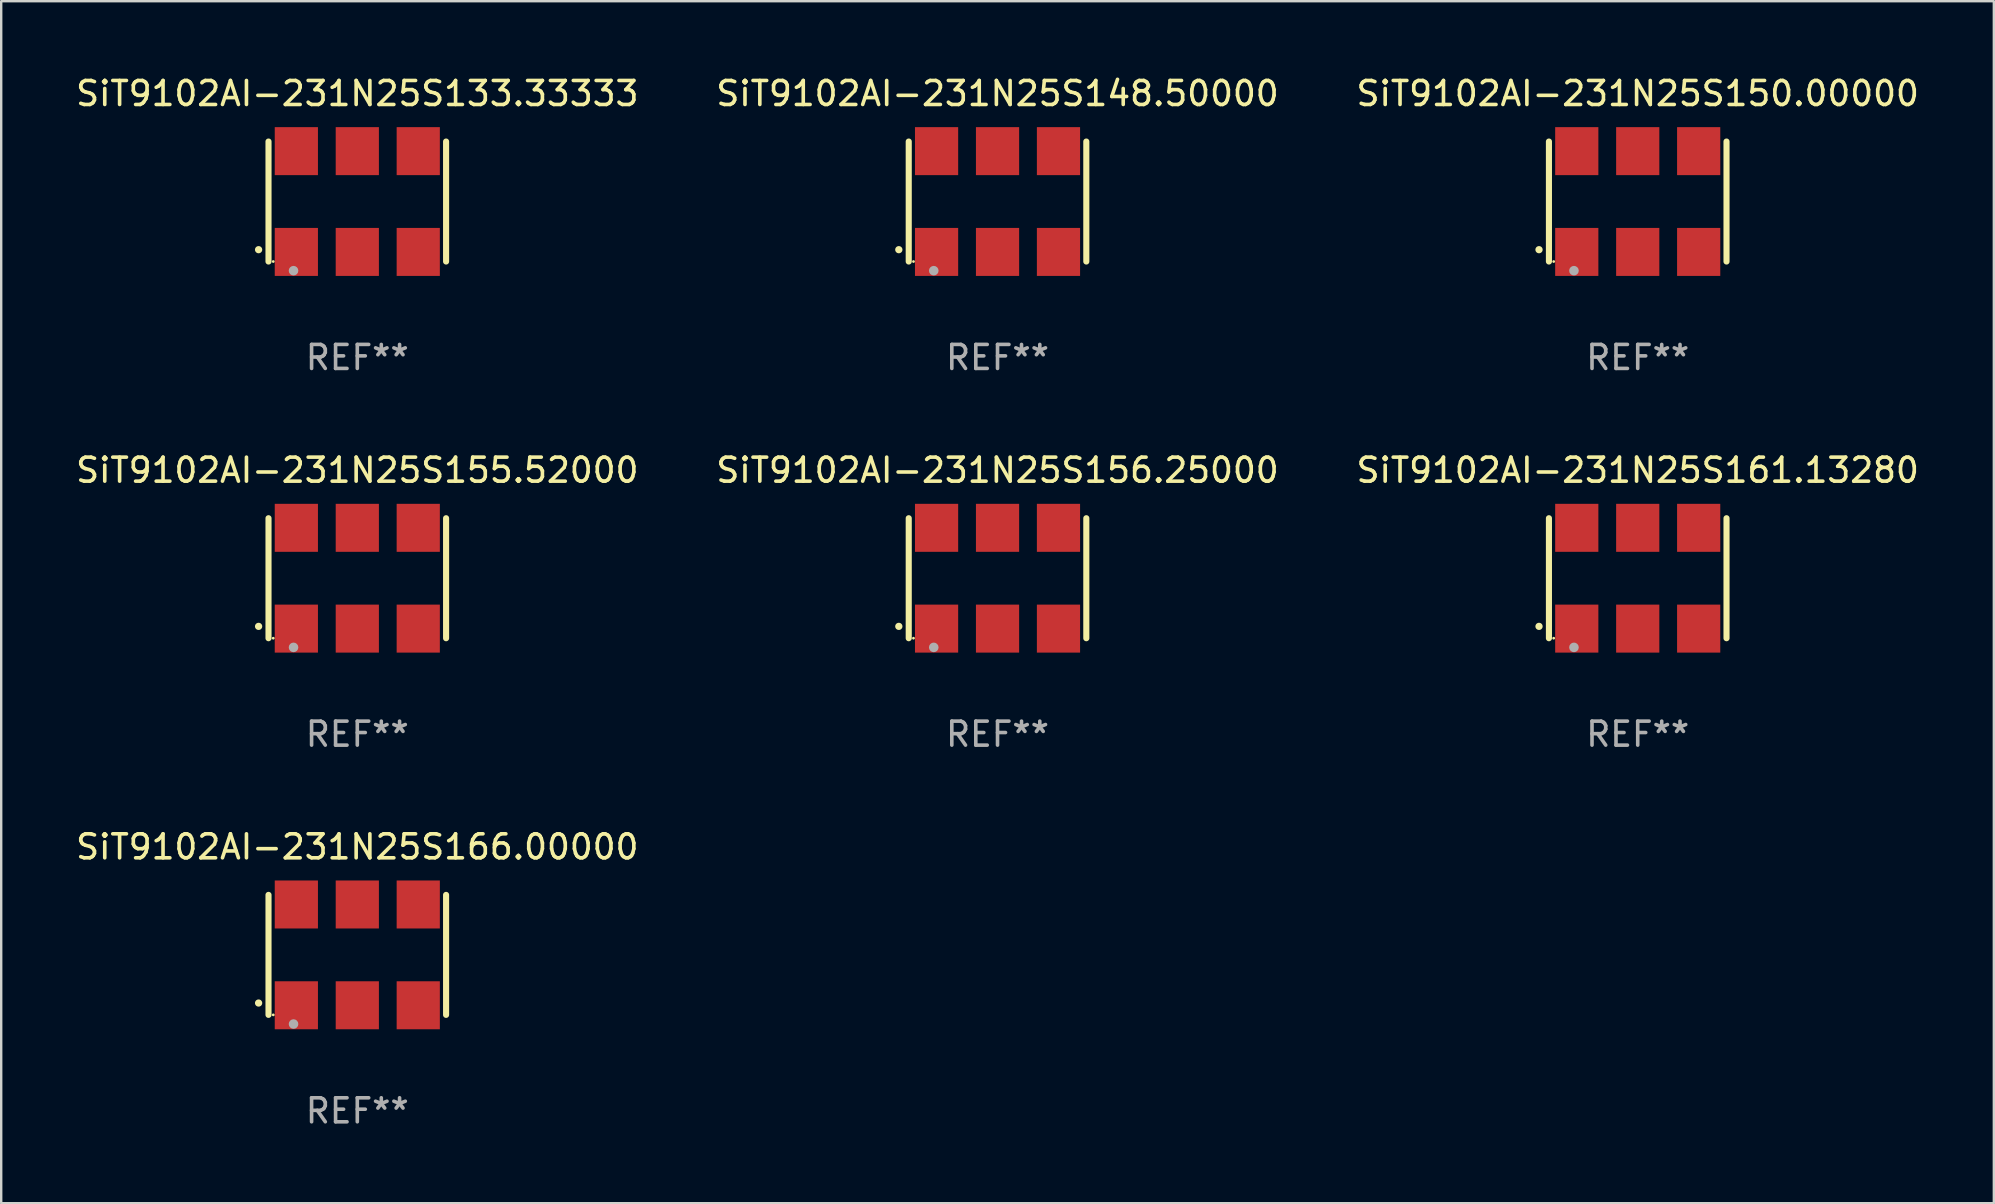
<source format=kicad_pcb>
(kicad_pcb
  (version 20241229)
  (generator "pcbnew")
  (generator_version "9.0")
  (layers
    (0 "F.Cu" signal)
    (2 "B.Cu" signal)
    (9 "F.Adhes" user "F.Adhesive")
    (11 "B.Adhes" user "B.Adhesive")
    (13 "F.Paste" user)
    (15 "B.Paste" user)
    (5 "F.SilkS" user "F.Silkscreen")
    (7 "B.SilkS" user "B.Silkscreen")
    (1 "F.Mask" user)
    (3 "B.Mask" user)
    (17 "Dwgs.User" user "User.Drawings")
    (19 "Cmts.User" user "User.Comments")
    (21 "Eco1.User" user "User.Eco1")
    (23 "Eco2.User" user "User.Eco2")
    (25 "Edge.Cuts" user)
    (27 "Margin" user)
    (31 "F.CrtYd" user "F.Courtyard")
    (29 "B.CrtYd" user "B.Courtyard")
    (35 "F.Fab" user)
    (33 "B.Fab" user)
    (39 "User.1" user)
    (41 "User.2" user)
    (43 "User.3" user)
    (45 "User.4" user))
  (footprint "SiT9102AI-231N25S166.00000"
    (layer "F.Cu")
    (at 11.839 36.741)
    (property "Reference" "SiT9102AI-231N25S166.00000" (at 0 -4.5 0) (layer "F.SilkS") (effects (font (size 1 1) (thickness 0.15))))
    (attr through_hole)
    (fp_line (start -3.7 -2.5) (end -3.7 2.5) (stroke (width 0.254) (type solid)) (layer "F.SilkS"))
    (fp_line (start 3.7 -2.5) (end 3.7 2.5) (stroke (width 0.254) (type solid)) (layer "F.SilkS"))
    (fp_arc (start -4.114415 2.006604) (mid -4.113145 2.006599) (end -4.111875 2.006604) (stroke (width 0.3) (type solid)) (layer "F.SilkS"))
    (fp_circle (center -3.502 2.5) (end -3.472 2.5) (stroke (width 0.06) (type solid)) (fill no) (layer "F.SilkS"))
    (fp_circle (center -2.657 2.882) (end -2.557 2.882) (stroke (width 0.2) (type solid)) (fill no) (layer "F.Fab"))
    (fp_text user "REF**" (at 0 6.5 0) (layer "F.Fab") (effects (font (size 1 1) (thickness 0.15))))
    (pad "1" smd rect (at -2.54 2.1) (size 1.8 2) (layers "F.Cu" "F.Mask" "F.Paste"))
    (pad "2" smd rect (at 0.000394 2.1) (size 1.8 2) (layers "F.Cu" "F.Mask" "F.Paste"))
    (pad "3" smd rect (at 2.54 2.1) (size 1.8 2) (layers "F.Cu" "F.Mask" "F.Paste"))
    (pad "4" smd rect (at 2.54 -2.1) (size 1.8 2) (layers "F.Cu" "F.Mask" "F.Paste"))
    (pad "5" smd rect (at 0.000394 -2.1) (size 1.8 2) (layers "F.Cu" "F.Mask" "F.Paste"))
    (pad "6" smd rect (at -2.54 -2.1) (size 1.8 2) (layers "F.Cu" "F.Mask" "F.Paste")))
  (footprint "SiT9102AI-231N25S155.52000"
    (layer "F.Cu")
    (at 11.839 21.045)
    (property "Reference" "SiT9102AI-231N25S155.52000" (at 0 -4.5 0) (layer "F.SilkS") (effects (font (size 1 1) (thickness 0.15))))
    (attr through_hole)
    (fp_line (start -3.7 -2.5) (end -3.7 2.5) (stroke (width 0.254) (type solid)) (layer "F.SilkS"))
    (fp_line (start 3.7 -2.5) (end 3.7 2.5) (stroke (width 0.254) (type solid)) (layer "F.SilkS"))
    (fp_arc (start -4.114415 2.006604) (mid -4.113145 2.006599) (end -4.111875 2.006604) (stroke (width 0.3) (type solid)) (layer "F.SilkS"))
    (fp_circle (center -3.502 2.5) (end -3.472 2.5) (stroke (width 0.06) (type solid)) (fill no) (layer "F.SilkS"))
    (fp_circle (center -2.657 2.882) (end -2.557 2.882) (stroke (width 0.2) (type solid)) (fill no) (layer "F.Fab"))
    (fp_text user "REF**" (at 0 6.5 0) (layer "F.Fab") (effects (font (size 1 1) (thickness 0.15))))
    (pad "1" smd rect (at -2.54 2.1) (size 1.8 2) (layers "F.Cu" "F.Mask" "F.Paste"))
    (pad "2" smd rect (at 0.000394 2.1) (size 1.8 2) (layers "F.Cu" "F.Mask" "F.Paste"))
    (pad "3" smd rect (at 2.54 2.1) (size 1.8 2) (layers "F.Cu" "F.Mask" "F.Paste"))
    (pad "4" smd rect (at 2.54 -2.1) (size 1.8 2) (layers "F.Cu" "F.Mask" "F.Paste"))
    (pad "5" smd rect (at 0.000394 -2.1) (size 1.8 2) (layers "F.Cu" "F.Mask" "F.Paste"))
    (pad "6" smd rect (at -2.54 -2.1) (size 1.8 2) (layers "F.Cu" "F.Mask" "F.Paste")))
  (footprint "SiT9102AI-231N25S161.13280"
    (layer "F.Cu")
    (at 65.196 21.045)
    (property "Reference" "SiT9102AI-231N25S161.13280" (at 0 -4.5 0) (layer "F.SilkS") (effects (font (size 1 1) (thickness 0.15))))
    (attr through_hole)
    (fp_line (start -3.7 -2.5) (end -3.7 2.5) (stroke (width 0.254) (type solid)) (layer "F.SilkS"))
    (fp_line (start 3.7 -2.5) (end 3.7 2.5) (stroke (width 0.254) (type solid)) (layer "F.SilkS"))
    (fp_arc (start -4.114415 2.006604) (mid -4.113145 2.006599) (end -4.111875 2.006604) (stroke (width 0.3) (type solid)) (layer "F.SilkS"))
    (fp_circle (center -3.502 2.5) (end -3.472 2.5) (stroke (width 0.06) (type solid)) (fill no) (layer "F.SilkS"))
    (fp_circle (center -2.657 2.882) (end -2.557 2.882) (stroke (width 0.2) (type solid)) (fill no) (layer "F.Fab"))
    (fp_text user "REF**" (at 0 6.5 0) (layer "F.Fab") (effects (font (size 1 1) (thickness 0.15))))
    (pad "1" smd rect (at -2.54 2.1) (size 1.8 2) (layers "F.Cu" "F.Mask" "F.Paste"))
    (pad "2" smd rect (at 0.000394 2.1) (size 1.8 2) (layers "F.Cu" "F.Mask" "F.Paste"))
    (pad "3" smd rect (at 2.54 2.1) (size 1.8 2) (layers "F.Cu" "F.Mask" "F.Paste"))
    (pad "4" smd rect (at 2.54 -2.1) (size 1.8 2) (layers "F.Cu" "F.Mask" "F.Paste"))
    (pad "5" smd rect (at 0.000394 -2.1) (size 1.8 2) (layers "F.Cu" "F.Mask" "F.Paste"))
    (pad "6" smd rect (at -2.54 -2.1) (size 1.8 2) (layers "F.Cu" "F.Mask" "F.Paste")))
  (footprint "SiT9102AI-231N25S133.33333"
    (layer "F.Cu")
    (at 11.839 5.348)
    (property "Reference" "SiT9102AI-231N25S133.33333" (at 0 -4.5 0) (layer "F.SilkS") (effects (font (size 1 1) (thickness 0.15))))
    (attr through_hole)
    (fp_line (start -3.7 -2.5) (end -3.7 2.5) (stroke (width 0.254) (type solid)) (layer "F.SilkS"))
    (fp_line (start 3.7 -2.5) (end 3.7 2.5) (stroke (width 0.254) (type solid)) (layer "F.SilkS"))
    (fp_arc (start -4.114415 2.006604) (mid -4.113145 2.006599) (end -4.111875 2.006604) (stroke (width 0.3) (type solid)) (layer "F.SilkS"))
    (fp_circle (center -3.502 2.5) (end -3.472 2.5) (stroke (width 0.06) (type solid)) (fill no) (layer "F.SilkS"))
    (fp_circle (center -2.657 2.882) (end -2.557 2.882) (stroke (width 0.2) (type solid)) (fill no) (layer "F.Fab"))
    (fp_text user "REF**" (at 0 6.5 0) (layer "F.Fab") (effects (font (size 1 1) (thickness 0.15))))
    (pad "1" smd rect (at -2.54 2.1) (size 1.8 2) (layers "F.Cu" "F.Mask" "F.Paste"))
    (pad "2" smd rect (at 0.000394 2.1) (size 1.8 2) (layers "F.Cu" "F.Mask" "F.Paste"))
    (pad "3" smd rect (at 2.54 2.1) (size 1.8 2) (layers "F.Cu" "F.Mask" "F.Paste"))
    (pad "4" smd rect (at 2.54 -2.1) (size 1.8 2) (layers "F.Cu" "F.Mask" "F.Paste"))
    (pad "5" smd rect (at 0.000394 -2.1) (size 1.8 2) (layers "F.Cu" "F.Mask" "F.Paste"))
    (pad "6" smd rect (at -2.54 -2.1) (size 1.8 2) (layers "F.Cu" "F.Mask" "F.Paste")))
  (footprint "SiT9102AI-231N25S156.25000"
    (layer "F.Cu")
    (at 38.518 21.045)
    (property "Reference" "SiT9102AI-231N25S156.25000" (at 0 -4.5 0) (layer "F.SilkS") (effects (font (size 1 1) (thickness 0.15))))
    (attr through_hole)
    (fp_line (start -3.7 -2.5) (end -3.7 2.5) (stroke (width 0.254) (type solid)) (layer "F.SilkS"))
    (fp_line (start 3.7 -2.5) (end 3.7 2.5) (stroke (width 0.254) (type solid)) (layer "F.SilkS"))
    (fp_arc (start -4.114415 2.006604) (mid -4.113145 2.006599) (end -4.111875 2.006604) (stroke (width 0.3) (type solid)) (layer "F.SilkS"))
    (fp_circle (center -3.502 2.5) (end -3.472 2.5) (stroke (width 0.06) (type solid)) (fill no) (layer "F.SilkS"))
    (fp_circle (center -2.657 2.882) (end -2.557 2.882) (stroke (width 0.2) (type solid)) (fill no) (layer "F.Fab"))
    (fp_text user "REF**" (at 0 6.5 0) (layer "F.Fab") (effects (font (size 1 1) (thickness 0.15))))
    (pad "1" smd rect (at -2.54 2.1) (size 1.8 2) (layers "F.Cu" "F.Mask" "F.Paste"))
    (pad "2" smd rect (at 0.000394 2.1) (size 1.8 2) (layers "F.Cu" "F.Mask" "F.Paste"))
    (pad "3" smd rect (at 2.54 2.1) (size 1.8 2) (layers "F.Cu" "F.Mask" "F.Paste"))
    (pad "4" smd rect (at 2.54 -2.1) (size 1.8 2) (layers "F.Cu" "F.Mask" "F.Paste"))
    (pad "5" smd rect (at 0.000394 -2.1) (size 1.8 2) (layers "F.Cu" "F.Mask" "F.Paste"))
    (pad "6" smd rect (at -2.54 -2.1) (size 1.8 2) (layers "F.Cu" "F.Mask" "F.Paste")))
  (footprint "SiT9102AI-231N25S150.00000"
    (layer "F.Cu")
    (at 65.196 5.348)
    (property "Reference" "SiT9102AI-231N25S150.00000" (at 0 -4.5 0) (layer "F.SilkS") (effects (font (size 1 1) (thickness 0.15))))
    (attr through_hole)
    (fp_line (start -3.7 -2.5) (end -3.7 2.5) (stroke (width 0.254) (type solid)) (layer "F.SilkS"))
    (fp_line (start 3.7 -2.5) (end 3.7 2.5) (stroke (width 0.254) (type solid)) (layer "F.SilkS"))
    (fp_arc (start -4.114415 2.006604) (mid -4.113145 2.006599) (end -4.111875 2.006604) (stroke (width 0.3) (type solid)) (layer "F.SilkS"))
    (fp_circle (center -3.502 2.5) (end -3.472 2.5) (stroke (width 0.06) (type solid)) (fill no) (layer "F.SilkS"))
    (fp_circle (center -2.657 2.882) (end -2.557 2.882) (stroke (width 0.2) (type solid)) (fill no) (layer "F.Fab"))
    (fp_text user "REF**" (at 0 6.5 0) (layer "F.Fab") (effects (font (size 1 1) (thickness 0.15))))
    (pad "1" smd rect (at -2.54 2.1) (size 1.8 2) (layers "F.Cu" "F.Mask" "F.Paste"))
    (pad "2" smd rect (at 0.000394 2.1) (size 1.8 2) (layers "F.Cu" "F.Mask" "F.Paste"))
    (pad "3" smd rect (at 2.54 2.1) (size 1.8 2) (layers "F.Cu" "F.Mask" "F.Paste"))
    (pad "4" smd rect (at 2.54 -2.1) (size 1.8 2) (layers "F.Cu" "F.Mask" "F.Paste"))
    (pad "5" smd rect (at 0.000394 -2.1) (size 1.8 2) (layers "F.Cu" "F.Mask" "F.Paste"))
    (pad "6" smd rect (at -2.54 -2.1) (size 1.8 2) (layers "F.Cu" "F.Mask" "F.Paste")))
  (footprint "SiT9102AI-231N25S148.50000"
    (layer "F.Cu")
    (at 38.518 5.348)
    (property "Reference" "SiT9102AI-231N25S148.50000" (at 0 -4.5 0) (layer "F.SilkS") (effects (font (size 1 1) (thickness 0.15))))
    (attr through_hole)
    (fp_line (start -3.7 -2.5) (end -3.7 2.5) (stroke (width 0.254) (type solid)) (layer "F.SilkS"))
    (fp_line (start 3.7 -2.5) (end 3.7 2.5) (stroke (width 0.254) (type solid)) (layer "F.SilkS"))
    (fp_arc (start -4.114415 2.006604) (mid -4.113145 2.006599) (end -4.111875 2.006604) (stroke (width 0.3) (type solid)) (layer "F.SilkS"))
    (fp_circle (center -3.502 2.5) (end -3.472 2.5) (stroke (width 0.06) (type solid)) (fill no) (layer "F.SilkS"))
    (fp_circle (center -2.657 2.882) (end -2.557 2.882) (stroke (width 0.2) (type solid)) (fill no) (layer "F.Fab"))
    (fp_text user "REF**" (at 0 6.5 0) (layer "F.Fab") (effects (font (size 1 1) (thickness 0.15))))
    (pad "1" smd rect (at -2.54 2.1) (size 1.8 2) (layers "F.Cu" "F.Mask" "F.Paste"))
    (pad "2" smd rect (at 0.000394 2.1) (size 1.8 2) (layers "F.Cu" "F.Mask" "F.Paste"))
    (pad "3" smd rect (at 2.54 2.1) (size 1.8 2) (layers "F.Cu" "F.Mask" "F.Paste"))
    (pad "4" smd rect (at 2.54 -2.1) (size 1.8 2) (layers "F.Cu" "F.Mask" "F.Paste"))
    (pad "5" smd rect (at 0.000394 -2.1) (size 1.8 2) (layers "F.Cu" "F.Mask" "F.Paste"))
    (pad "6" smd rect (at -2.54 -2.1) (size 1.8 2) (layers "F.Cu" "F.Mask" "F.Paste")))
  (gr_rect
    (start -3 -3)
    (end 80.036 47.09)
    (stroke (width 0.1) (type default))
    (fill no)
    (layer "Edge.Cuts")))
</source>
